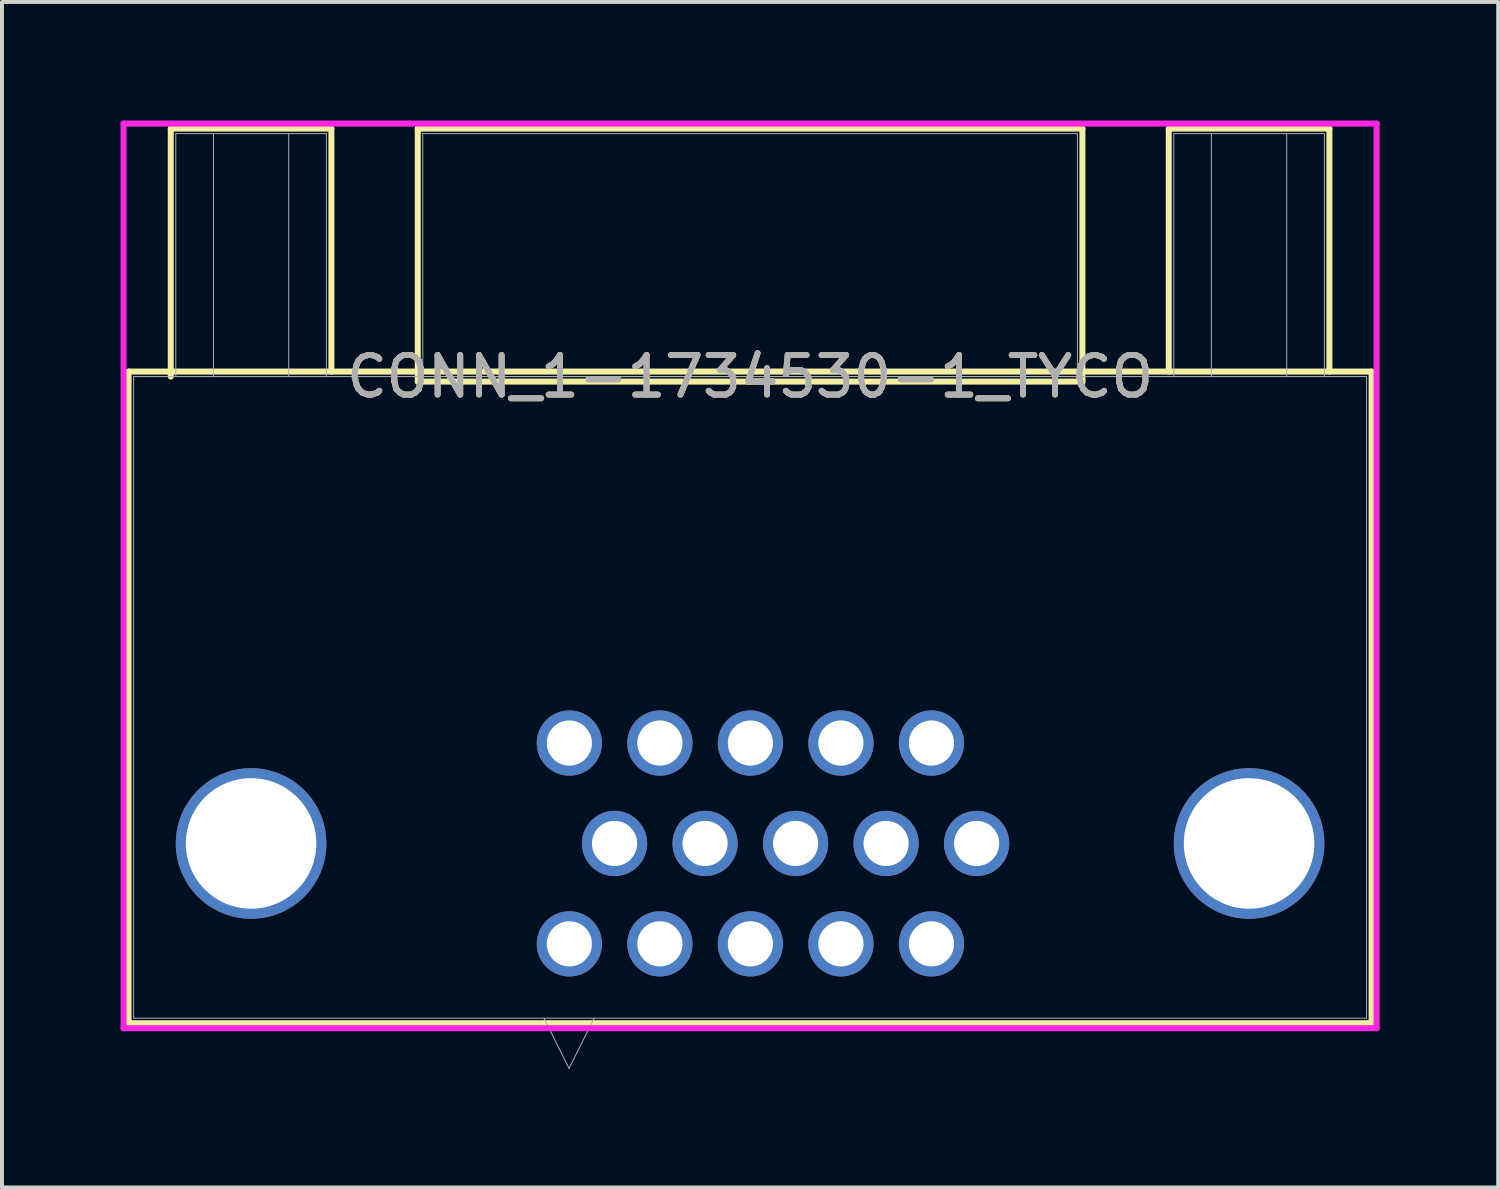
<source format=kicad_pcb>
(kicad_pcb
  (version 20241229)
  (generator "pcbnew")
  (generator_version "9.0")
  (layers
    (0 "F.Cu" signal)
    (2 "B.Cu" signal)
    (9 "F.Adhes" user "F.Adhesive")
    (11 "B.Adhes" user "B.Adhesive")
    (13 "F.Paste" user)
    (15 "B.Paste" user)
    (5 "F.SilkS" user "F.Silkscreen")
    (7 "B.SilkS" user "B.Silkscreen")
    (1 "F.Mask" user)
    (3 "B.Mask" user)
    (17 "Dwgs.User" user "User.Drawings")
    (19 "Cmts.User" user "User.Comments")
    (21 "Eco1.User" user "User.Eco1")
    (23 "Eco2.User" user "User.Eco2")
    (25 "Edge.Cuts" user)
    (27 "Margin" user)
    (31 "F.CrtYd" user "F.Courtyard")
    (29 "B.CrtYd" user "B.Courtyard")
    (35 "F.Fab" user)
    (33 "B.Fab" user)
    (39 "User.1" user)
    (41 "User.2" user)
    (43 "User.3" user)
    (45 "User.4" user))
  (footprint "CONN_1-1734530-1_TYCO"
    (layer "F.Cu")
    (at 15.926 6.477)
    (property "Reference" "CONN_1-1734530-1_TYCO" (at 0 0 0) (unlocked yes) (layer "F.SilkS") (effects (font (size 1 1) (thickness 0.15))))
    (attr through_hole)
    (fp_line (start -15.723 -0.127) (end -15.723 16.358) (stroke (width 0.152) (type solid)) (layer "F.SilkS"))
    (fp_line (start -15.723 16.358) (end 15.723 16.358) (stroke (width 0.152) (type solid)) (layer "F.SilkS"))
    (fp_line (start -14.656 -6.274) (end -10.592 -6.274) (stroke (width 0.152) (type solid)) (layer "F.SilkS"))
    (fp_line (start -14.656 0) (end -14.656 -6.274) (stroke (width 0.152) (type solid)) (layer "F.SilkS"))
    (fp_line (start -10.592 -6.274) (end -10.592 -0.127) (stroke (width 0.152) (type solid)) (layer "F.SilkS"))
    (fp_line (start -8.407 -6.274) (end -8.407 0.127) (stroke (width 0.152) (type solid)) (layer "F.SilkS"))
    (fp_line (start -8.407 0.127) (end 8.407 0.127) (stroke (width 0.152) (type solid)) (layer "F.SilkS"))
    (fp_line (start 8.407 -6.274) (end -8.407 -6.274) (stroke (width 0.152) (type solid)) (layer "F.SilkS"))
    (fp_line (start 8.407 0.127) (end 8.407 -6.274) (stroke (width 0.152) (type solid)) (layer "F.SilkS"))
    (fp_line (start 10.592 -6.274) (end 14.656 -6.274) (stroke (width 0.152) (type solid)) (layer "F.SilkS"))
    (fp_line (start 10.592 -0.127) (end 10.592 -6.274) (stroke (width 0.152) (type solid)) (layer "F.SilkS"))
    (fp_line (start 14.656 -6.274) (end 14.656 -0.127) (stroke (width 0.152) (type solid)) (layer "F.SilkS"))
    (fp_line (start 15.723 -0.127) (end -15.723 -0.127) (stroke (width 0.152) (type solid)) (layer "F.SilkS"))
    (fp_line (start 15.723 16.358) (end 15.723 -0.127) (stroke (width 0.152) (type solid)) (layer "F.SilkS"))
    (fp_line (start -15.85 -6.401) (end -15.85 16.485) (stroke (width 0.152) (type solid)) (layer "F.CrtYd"))
    (fp_line (start -15.85 16.485) (end 15.85 16.485) (stroke (width 0.152) (type solid)) (layer "F.CrtYd"))
    (fp_line (start 15.85 -6.401) (end -15.85 -6.401) (stroke (width 0.152) (type solid)) (layer "F.CrtYd"))
    (fp_line (start 15.85 16.485) (end 15.85 -6.401) (stroke (width 0.152) (type solid)) (layer "F.CrtYd"))
    (fp_line (start -15.596 0) (end -15.596 16.231) (stroke (width 0.025) (type solid)) (layer "F.Fab"))
    (fp_line (start -15.596 16.231) (end 15.596 16.231) (stroke (width 0.025) (type solid)) (layer "F.Fab"))
    (fp_line (start -14.529 -6.147) (end -10.719 -6.147) (stroke (width 0.025) (type solid)) (layer "F.Fab"))
    (fp_line (start -14.529 0) (end -14.529 -6.147) (stroke (width 0.025) (type solid)) (layer "F.Fab"))
    (fp_line (start -13.576 0) (end -13.576 -6.147) (stroke (width 0.025) (type solid)) (layer "F.Fab"))
    (fp_line (start -11.671 -6.147) (end -11.671 0) (stroke (width 0.025) (type solid)) (layer "F.Fab"))
    (fp_line (start -10.719 -6.147) (end -10.719 0) (stroke (width 0.025) (type solid)) (layer "F.Fab"))
    (fp_line (start -8.28 -6.147) (end -8.28 0) (stroke (width 0.025) (type solid)) (layer "F.Fab"))
    (fp_line (start -8.28 0) (end 8.28 0) (stroke (width 0.025) (type solid)) (layer "F.Fab"))
    (fp_line (start -5.215 16.231) (end -4.58 17.501) (stroke (width 0.025) (type solid)) (layer "F.Fab"))
    (fp_line (start -3.945 16.231) (end -4.58 17.501) (stroke (width 0.025) (type solid)) (layer "F.Fab"))
    (fp_line (start 8.28 -6.147) (end -8.28 -6.147) (stroke (width 0.025) (type solid)) (layer "F.Fab"))
    (fp_line (start 8.28 0) (end 8.28 -6.147) (stroke (width 0.025) (type solid)) (layer "F.Fab"))
    (fp_line (start 10.719 -6.147) (end 14.529 -6.147) (stroke (width 0.025) (type solid)) (layer "F.Fab"))
    (fp_line (start 10.719 0) (end 10.719 -6.147) (stroke (width 0.025) (type solid)) (layer "F.Fab"))
    (fp_line (start 11.671 0) (end 11.671 -6.147) (stroke (width 0.025) (type solid)) (layer "F.Fab"))
    (fp_line (start 13.576 -6.147) (end 13.576 0) (stroke (width 0.025) (type solid)) (layer "F.Fab"))
    (fp_line (start 14.529 -6.147) (end 14.529 0) (stroke (width 0.025) (type solid)) (layer "F.Fab"))
    (fp_line (start 15.596 0) (end -15.596 0) (stroke (width 0.025) (type solid)) (layer "F.Fab"))
    (fp_line (start 15.596 16.231) (end 15.596 0) (stroke (width 0.025) (type solid)) (layer "F.Fab"))
    (fp_text user "${REFERENCE}" (at 0 0 0) (unlocked yes) (layer "F.Fab") (effects (font (size 1 1) (thickness 0.15))))
    (pad "1" thru_hole circle (at -4.572 9.271) (size 1.651 1.651) (drill 1.143) (layers "*.Cu" "*.Mask"))
    (pad "2" thru_hole circle (at -2.282 9.271) (size 1.651 1.651) (drill 1.143) (layers "*.Cu" "*.Mask"))
    (pad "3" thru_hole circle (at 0.008 9.271) (size 1.651 1.651) (drill 1.143) (layers "*.Cu" "*.Mask"))
    (pad "4" thru_hole circle (at 2.298 9.271) (size 1.651 1.651) (drill 1.143) (layers "*.Cu" "*.Mask"))
    (pad "5" thru_hole circle (at 4.588 9.271) (size 1.651 1.651) (drill 1.143) (layers "*.Cu" "*.Mask"))
    (pad "6" thru_hole circle (at -3.429 11.811) (size 1.651 1.651) (drill 1.143) (layers "*.Cu" "*.Mask"))
    (pad "7" thru_hole circle (at -1.139 11.811) (size 1.651 1.651) (drill 1.143) (layers "*.Cu" "*.Mask"))
    (pad "8" thru_hole circle (at 1.151 11.811) (size 1.651 1.651) (drill 1.143) (layers "*.Cu" "*.Mask"))
    (pad "9" thru_hole circle (at 3.441 11.811) (size 1.651 1.651) (drill 1.143) (layers "*.Cu" "*.Mask"))
    (pad "10" thru_hole circle (at 5.731 11.811) (size 1.651 1.651) (drill 1.143) (layers "*.Cu" "*.Mask"))
    (pad "11" thru_hole circle (at -4.572 14.351) (size 1.651 1.651) (drill 1.143) (layers "*.Cu" "*.Mask"))
    (pad "12" thru_hole circle (at -2.282 14.351) (size 1.651 1.651) (drill 1.143) (layers "*.Cu" "*.Mask"))
    (pad "13" thru_hole circle (at 0.008 14.351) (size 1.651 1.651) (drill 1.143) (layers "*.Cu" "*.Mask"))
    (pad "14" thru_hole circle (at 2.298 14.351) (size 1.651 1.651) (drill 1.143) (layers "*.Cu" "*.Mask"))
    (pad "15" thru_hole circle (at 4.588 14.351) (size 1.651 1.651) (drill 1.143) (layers "*.Cu" "*.Mask"))
    (pad "16" thru_hole circle (at -12.624 11.811) (size 3.81 3.81) (drill 3.302) (layers "*.Cu" "*.Mask"))
    (pad "17" thru_hole circle (at 12.624 11.811) (size 3.81 3.81) (drill 3.302) (layers "*.Cu" "*.Mask")))
  (gr_rect
    (start -3 -3)
    (end 34.852 26.99)
    (stroke (width 0.1) (type default))
    (fill no)
    (layer "Edge.Cuts")))
</source>
